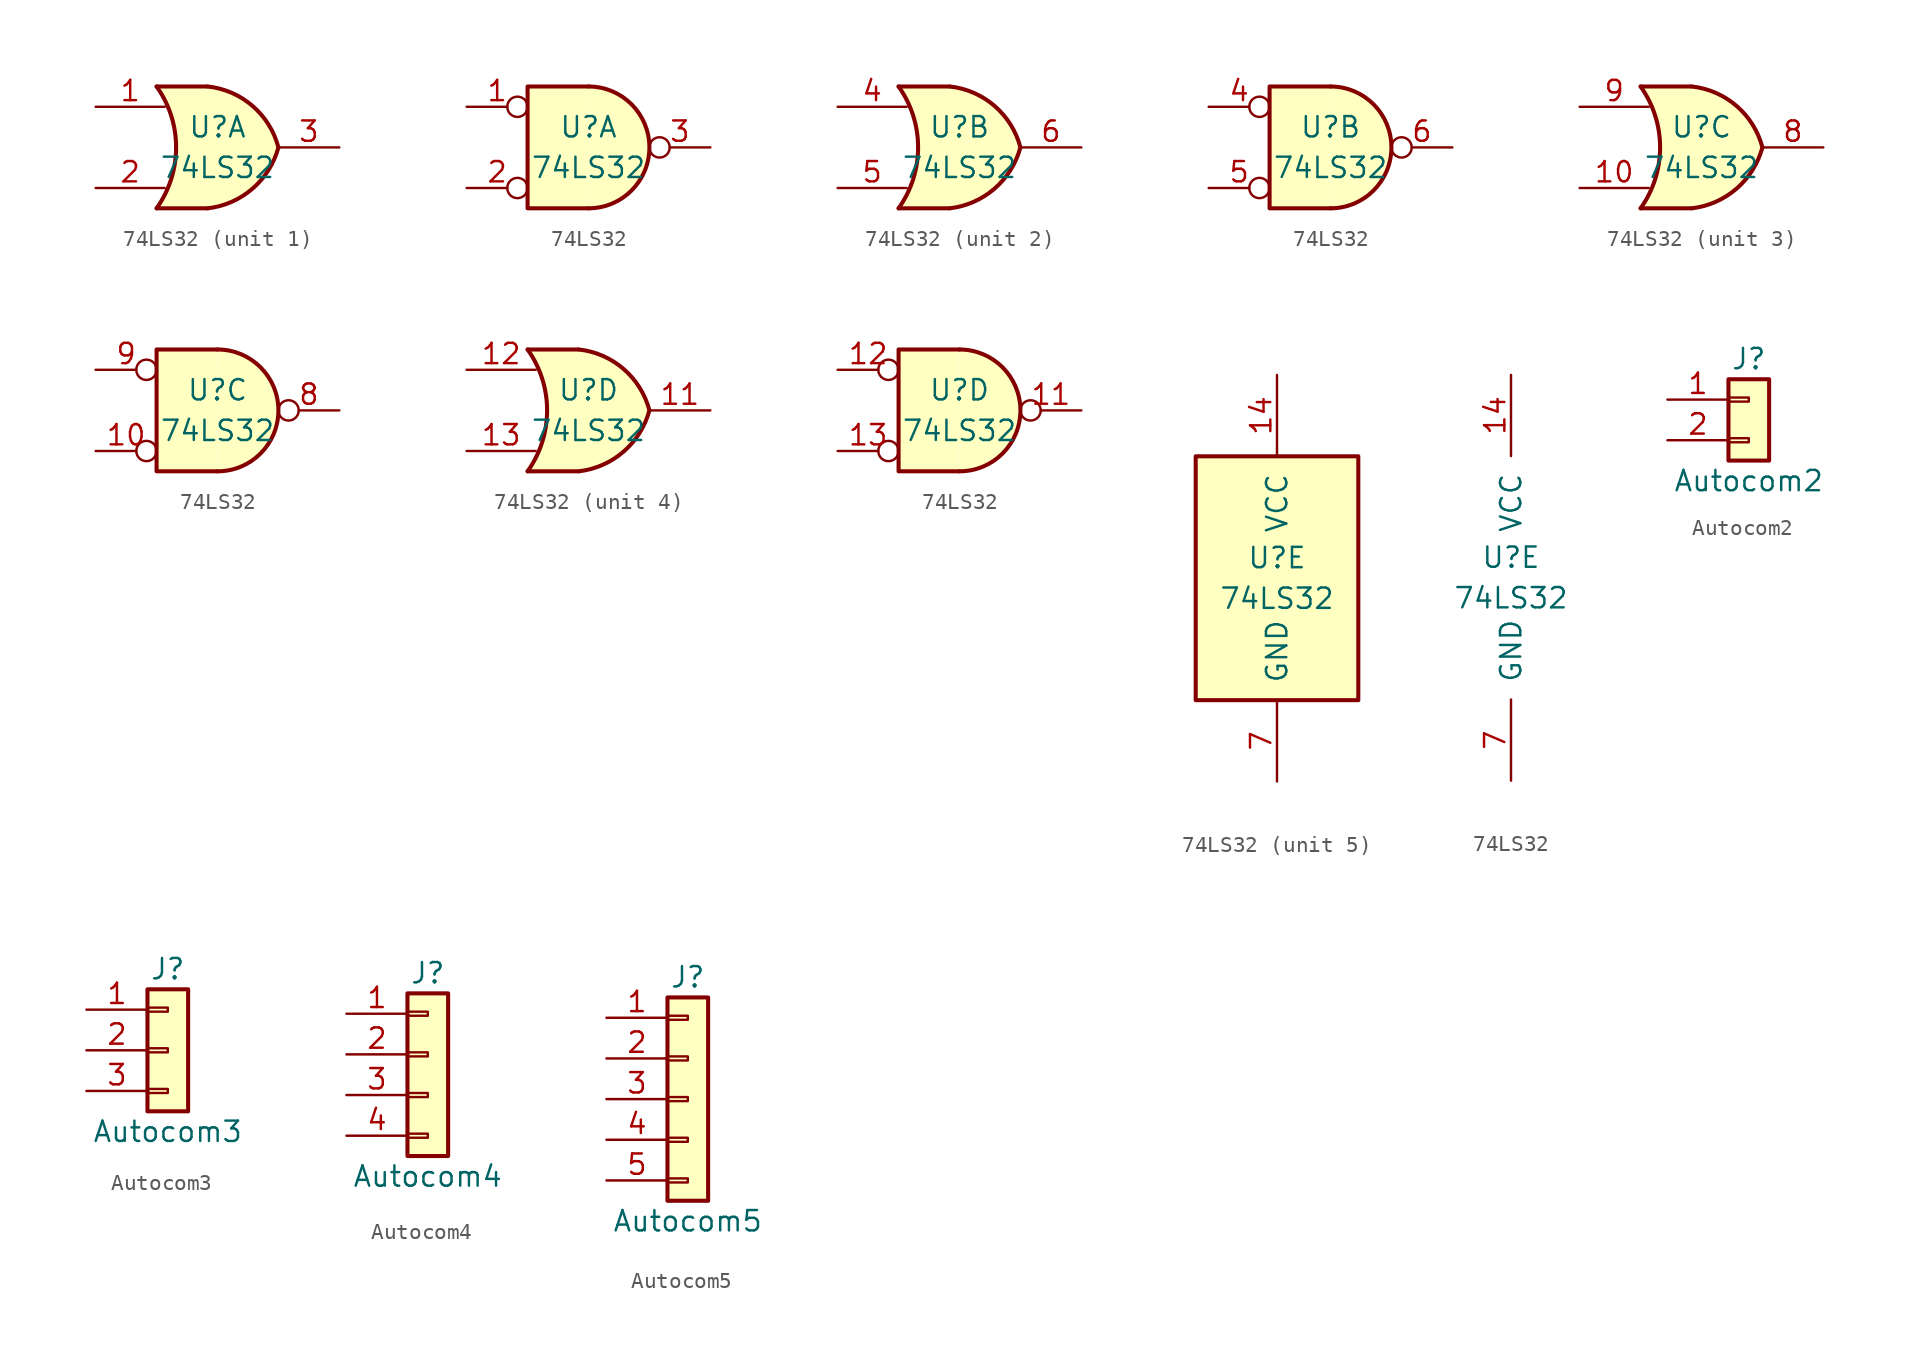
<source format=kicad_sym>
(kicad_symbol_lib
  (version 20211014)
  (generator kicad_symbol_editor)
  (symbol "74LS32"
    (pin_names
      (offset 1.016))
    (property "Reference" "U"
      (at 0 1.27 0)
      (effects (font (size 1.27 1.27))))
    (property "Value" "74LS32"
      (at 0 -1.27 0)
      (effects (font (size 1.27 1.27))))
    (property "ki_locked" ""
      (at 0 0 0)
      (effects (font (size 1.27 1.27))))
    (symbol "74LS32_1_1"
      (arc (start -3.81 -3.81) (mid -2.589 0) (end -3.81 3.81) (stroke (width 0.254) (type default) (color 0 0 0 0)) (fill (type none)))
      (arc (start -0.6096 -3.81) (mid 2.1855 -2.584) (end 3.81 0) (stroke (width 0.254) (type default) (color 0 0 0 0)) (fill (type background)))
      (polyline (pts (xy -3.81 -3.81) (xy -0.635 -3.81)) (stroke (width 0.254) (type default) (color 0 0 0 0)) (fill (type background)))
      (polyline (pts (xy -3.81 3.81) (xy -0.635 3.81)) (stroke (width 0.254) (type default) (color 0 0 0 0)) (fill (type background)))
      (polyline (pts (xy -0.635 3.81) (xy -3.81 3.81) (xy -3.81 3.81) (xy -3.556 3.404) (xy -3.023 2.261) (xy -2.692 1.041) (xy -2.616 -0.254) (xy -2.769 -1.499) (xy -3.175 -2.718) (xy -3.81 -3.81) (xy -3.81 -3.81) (xy -0.635 -3.81)) (stroke (width -25.4) (type default) (color 0 0 0 0)) (fill (type background)))
      (arc (start 3.81 0) (mid 2.1928 2.5925) (end -0.6096 3.81) (stroke (width 0.254) (type default) (color 0 0 0 0)) (fill (type background)))
      (pin input line (at -7.62 2.54 0) (length 4.318) (name "~" (effects (font (size 1.27 1.27)))) (number "1" (effects (font (size 1.27 1.27)))))
      (pin input line (at -7.62 -2.54 0) (length 4.318) (name "~" (effects (font (size 1.27 1.27)))) (number "2" (effects (font (size 1.27 1.27)))))
      (pin output line (at 7.62 0 180) (length 3.81) (name "~" (effects (font (size 1.27 1.27)))) (number "3" (effects (font (size 1.27 1.27))))))
    (symbol "74LS32_1_2"
      (arc (start 0 -3.81) (mid 3.81 0) (end 0 3.81) (stroke (width 0.254) (type default) (color 0 0 0 0)) (fill (type background)))
      (polyline (pts (xy 0 3.81) (xy -3.81 3.81) (xy -3.81 -3.81) (xy 0 -3.81)) (stroke (width 0.254) (type default) (color 0 0 0 0)) (fill (type background)))
      (pin input inverted (at -7.62 2.54 0) (length 3.81) (name "~" (effects (font (size 1.27 1.27)))) (number "1" (effects (font (size 1.27 1.27)))))
      (pin input inverted (at -7.62 -2.54 0) (length 3.81) (name "~" (effects (font (size 1.27 1.27)))) (number "2" (effects (font (size 1.27 1.27)))))
      (pin output inverted (at 7.62 0 180) (length 3.81) (name "~" (effects (font (size 1.27 1.27)))) (number "3" (effects (font (size 1.27 1.27))))))
    (symbol "74LS32_2_1"
      (arc (start -3.81 -3.81) (mid -2.589 0) (end -3.81 3.81) (stroke (width 0.254) (type default) (color 0 0 0 0)) (fill (type none)))
      (arc (start -0.6096 -3.81) (mid 2.1855 -2.584) (end 3.81 0) (stroke (width 0.254) (type default) (color 0 0 0 0)) (fill (type background)))
      (polyline (pts (xy -3.81 -3.81) (xy -0.635 -3.81)) (stroke (width 0.254) (type default) (color 0 0 0 0)) (fill (type background)))
      (polyline (pts (xy -3.81 3.81) (xy -0.635 3.81)) (stroke (width 0.254) (type default) (color 0 0 0 0)) (fill (type background)))
      (polyline (pts (xy -0.635 3.81) (xy -3.81 3.81) (xy -3.81 3.81) (xy -3.556 3.404) (xy -3.023 2.261) (xy -2.692 1.041) (xy -2.616 -0.254) (xy -2.769 -1.499) (xy -3.175 -2.718) (xy -3.81 -3.81) (xy -3.81 -3.81) (xy -0.635 -3.81)) (stroke (width -25.4) (type default) (color 0 0 0 0)) (fill (type background)))
      (arc (start 3.81 0) (mid 2.1928 2.5925) (end -0.6096 3.81) (stroke (width 0.254) (type default) (color 0 0 0 0)) (fill (type background)))
      (pin input line (at -7.62 2.54 0) (length 4.318) (name "~" (effects (font (size 1.27 1.27)))) (number "4" (effects (font (size 1.27 1.27)))))
      (pin input line (at -7.62 -2.54 0) (length 4.318) (name "~" (effects (font (size 1.27 1.27)))) (number "5" (effects (font (size 1.27 1.27)))))
      (pin output line (at 7.62 0 180) (length 3.81) (name "~" (effects (font (size 1.27 1.27)))) (number "6" (effects (font (size 1.27 1.27))))))
    (symbol "74LS32_2_2"
      (arc (start 0 -3.81) (mid 3.81 0) (end 0 3.81) (stroke (width 0.254) (type default) (color 0 0 0 0)) (fill (type background)))
      (polyline (pts (xy 0 3.81) (xy -3.81 3.81) (xy -3.81 -3.81) (xy 0 -3.81)) (stroke (width 0.254) (type default) (color 0 0 0 0)) (fill (type background)))
      (pin input inverted (at -7.62 2.54 0) (length 3.81) (name "~" (effects (font (size 1.27 1.27)))) (number "4" (effects (font (size 1.27 1.27)))))
      (pin input inverted (at -7.62 -2.54 0) (length 3.81) (name "~" (effects (font (size 1.27 1.27)))) (number "5" (effects (font (size 1.27 1.27)))))
      (pin output inverted (at 7.62 0 180) (length 3.81) (name "~" (effects (font (size 1.27 1.27)))) (number "6" (effects (font (size 1.27 1.27))))))
    (symbol "74LS32_3_1"
      (arc (start -3.81 -3.81) (mid -2.589 0) (end -3.81 3.81) (stroke (width 0.254) (type default) (color 0 0 0 0)) (fill (type none)))
      (arc (start -0.6096 -3.81) (mid 2.1855 -2.584) (end 3.81 0) (stroke (width 0.254) (type default) (color 0 0 0 0)) (fill (type background)))
      (polyline (pts (xy -3.81 -3.81) (xy -0.635 -3.81)) (stroke (width 0.254) (type default) (color 0 0 0 0)) (fill (type background)))
      (polyline (pts (xy -3.81 3.81) (xy -0.635 3.81)) (stroke (width 0.254) (type default) (color 0 0 0 0)) (fill (type background)))
      (polyline (pts (xy -0.635 3.81) (xy -3.81 3.81) (xy -3.81 3.81) (xy -3.556 3.404) (xy -3.023 2.261) (xy -2.692 1.041) (xy -2.616 -0.254) (xy -2.769 -1.499) (xy -3.175 -2.718) (xy -3.81 -3.81) (xy -3.81 -3.81) (xy -0.635 -3.81)) (stroke (width -25.4) (type default) (color 0 0 0 0)) (fill (type background)))
      (arc (start 3.81 0) (mid 2.1928 2.5925) (end -0.6096 3.81) (stroke (width 0.254) (type default) (color 0 0 0 0)) (fill (type background)))
      (pin input line (at -7.62 -2.54 0) (length 4.318) (name "~" (effects (font (size 1.27 1.27)))) (number "10" (effects (font (size 1.27 1.27)))))
      (pin output line (at 7.62 0 180) (length 3.81) (name "~" (effects (font (size 1.27 1.27)))) (number "8" (effects (font (size 1.27 1.27)))))
      (pin input line (at -7.62 2.54 0) (length 4.318) (name "~" (effects (font (size 1.27 1.27)))) (number "9" (effects (font (size 1.27 1.27))))))
    (symbol "74LS32_3_2"
      (arc (start 0 -3.81) (mid 3.81 0) (end 0 3.81) (stroke (width 0.254) (type default) (color 0 0 0 0)) (fill (type background)))
      (polyline (pts (xy 0 3.81) (xy -3.81 3.81) (xy -3.81 -3.81) (xy 0 -3.81)) (stroke (width 0.254) (type default) (color 0 0 0 0)) (fill (type background)))
      (pin input inverted (at -7.62 -2.54 0) (length 3.81) (name "~" (effects (font (size 1.27 1.27)))) (number "10" (effects (font (size 1.27 1.27)))))
      (pin output inverted (at 7.62 0 180) (length 3.81) (name "~" (effects (font (size 1.27 1.27)))) (number "8" (effects (font (size 1.27 1.27)))))
      (pin input inverted (at -7.62 2.54 0) (length 3.81) (name "~" (effects (font (size 1.27 1.27)))) (number "9" (effects (font (size 1.27 1.27))))))
    (symbol "74LS32_4_1"
      (arc (start -3.81 -3.81) (mid -2.589 0) (end -3.81 3.81) (stroke (width 0.254) (type default) (color 0 0 0 0)) (fill (type none)))
      (arc (start -0.6096 -3.81) (mid 2.1855 -2.584) (end 3.81 0) (stroke (width 0.254) (type default) (color 0 0 0 0)) (fill (type background)))
      (polyline (pts (xy -3.81 -3.81) (xy -0.635 -3.81)) (stroke (width 0.254) (type default) (color 0 0 0 0)) (fill (type background)))
      (polyline (pts (xy -3.81 3.81) (xy -0.635 3.81)) (stroke (width 0.254) (type default) (color 0 0 0 0)) (fill (type background)))
      (polyline (pts (xy -0.635 3.81) (xy -3.81 3.81) (xy -3.81 3.81) (xy -3.556 3.404) (xy -3.023 2.261) (xy -2.692 1.041) (xy -2.616 -0.254) (xy -2.769 -1.499) (xy -3.175 -2.718) (xy -3.81 -3.81) (xy -3.81 -3.81) (xy -0.635 -3.81)) (stroke (width -25.4) (type default) (color 0 0 0 0)) (fill (type background)))
      (arc (start 3.81 0) (mid 2.1928 2.5925) (end -0.6096 3.81) (stroke (width 0.254) (type default) (color 0 0 0 0)) (fill (type background)))
      (pin output line (at 7.62 0 180) (length 3.81) (name "~" (effects (font (size 1.27 1.27)))) (number "11" (effects (font (size 1.27 1.27)))))
      (pin input line (at -7.62 2.54 0) (length 4.318) (name "~" (effects (font (size 1.27 1.27)))) (number "12" (effects (font (size 1.27 1.27)))))
      (pin input line (at -7.62 -2.54 0) (length 4.318) (name "~" (effects (font (size 1.27 1.27)))) (number "13" (effects (font (size 1.27 1.27))))))
    (symbol "74LS32_4_2"
      (arc (start 0 -3.81) (mid 3.81 0) (end 0 3.81) (stroke (width 0.254) (type default) (color 0 0 0 0)) (fill (type background)))
      (polyline (pts (xy 0 3.81) (xy -3.81 3.81) (xy -3.81 -3.81) (xy 0 -3.81)) (stroke (width 0.254) (type default) (color 0 0 0 0)) (fill (type background)))
      (pin output inverted (at 7.62 0 180) (length 3.81) (name "~" (effects (font (size 1.27 1.27)))) (number "11" (effects (font (size 1.27 1.27)))))
      (pin input inverted (at -7.62 2.54 0) (length 3.81) (name "~" (effects (font (size 1.27 1.27)))) (number "12" (effects (font (size 1.27 1.27)))))
      (pin input inverted (at -7.62 -2.54 0) (length 3.81) (name "~" (effects (font (size 1.27 1.27)))) (number "13" (effects (font (size 1.27 1.27))))))
    (symbol "74LS32_5_0"
      (pin power_in line (at 0 12.7 270) (length 5.08) (name "VCC" (effects (font (size 1.27 1.27)))) (number "14" (effects (font (size 1.27 1.27)))))
      (pin power_in line (at 0 -12.7 90) (length 5.08) (name "GND" (effects (font (size 1.27 1.27)))) (number "7" (effects (font (size 1.27 1.27))))))
    (symbol "74LS32_5_1"
      (rectangle (start -5.08 7.62) (end 5.08 -7.62) (stroke (width 0.254) (type default) (color 0 0 0 0)) (fill (type background)))))
  (symbol "Autocom2"
    (pin_names
      (offset 1.016) hide)
    (property "Reference" "J"
      (at 0 2.54 0)
      (effects (font (size 1.27 1.27))))
    (property "Value" "Autocom2"
      (at 0 -5.08 0)
      (effects (font (size 1.27 1.27))))
    (symbol "Autocom2_1_1"
      (rectangle (start -1.27 -2.413) (end 0 -2.667) (stroke (width 0.152) (type default) (color 0 0 0 0)) (fill (type none)))
      (rectangle (start -1.27 0.127) (end 0 -0.127) (stroke (width 0.152) (type default) (color 0 0 0 0)) (fill (type none)))
      (rectangle (start -1.27 1.27) (end 1.27 -3.81) (stroke (width 0.254) (type default) (color 0 0 0 0)) (fill (type background)))
      (pin passive line (at -5.08 0 0) (length 3.81) (name "Pin_1" (effects (font (size 1.27 1.27)))) (number "1" (effects (font (size 1.27 1.27)))))
      (pin passive line (at -5.08 -2.54 0) (length 3.81) (name "Pin_2" (effects (font (size 1.27 1.27)))) (number "2" (effects (font (size 1.27 1.27)))))))
  (symbol "Autocom3"
    (pin_names
      (offset 1.016) hide)
    (property "Reference" "J"
      (at 0 5.08 0)
      (effects (font (size 1.27 1.27))))
    (property "Value" "Autocom3"
      (at 0 -5.08 0)
      (effects (font (size 1.27 1.27))))
    (symbol "Autocom3_1_1"
      (rectangle (start -1.27 -2.413) (end 0 -2.667) (stroke (width 0.152) (type default) (color 0 0 0 0)) (fill (type none)))
      (rectangle (start -1.27 0.127) (end 0 -0.127) (stroke (width 0.152) (type default) (color 0 0 0 0)) (fill (type none)))
      (rectangle (start -1.27 2.667) (end 0 2.413) (stroke (width 0.152) (type default) (color 0 0 0 0)) (fill (type none)))
      (rectangle (start -1.27 3.81) (end 1.27 -3.81) (stroke (width 0.254) (type default) (color 0 0 0 0)) (fill (type background)))
      (pin passive line (at -5.08 2.54 0) (length 3.81) (name "Pin_1" (effects (font (size 1.27 1.27)))) (number "1" (effects (font (size 1.27 1.27)))))
      (pin passive line (at -5.08 0 0) (length 3.81) (name "Pin_2" (effects (font (size 1.27 1.27)))) (number "2" (effects (font (size 1.27 1.27)))))
      (pin passive line (at -5.08 -2.54 0) (length 3.81) (name "Pin_3" (effects (font (size 1.27 1.27)))) (number "3" (effects (font (size 1.27 1.27)))))))
  (symbol "Autocom4"
    (pin_names
      (offset 1.016) hide)
    (property "Reference" "J"
      (at 0 5.08 0)
      (effects (font (size 1.27 1.27))))
    (property "Value" "Autocom4"
      (at 0 -7.62 0)
      (effects (font (size 1.27 1.27))))
    (symbol "Autocom4_1_1"
      (rectangle (start -1.27 -4.953) (end 0 -5.207) (stroke (width 0.152) (type default) (color 0 0 0 0)) (fill (type none)))
      (rectangle (start -1.27 -2.413) (end 0 -2.667) (stroke (width 0.152) (type default) (color 0 0 0 0)) (fill (type none)))
      (rectangle (start -1.27 0.127) (end 0 -0.127) (stroke (width 0.152) (type default) (color 0 0 0 0)) (fill (type none)))
      (rectangle (start -1.27 2.667) (end 0 2.413) (stroke (width 0.152) (type default) (color 0 0 0 0)) (fill (type none)))
      (rectangle (start -1.27 3.81) (end 1.27 -6.35) (stroke (width 0.254) (type default) (color 0 0 0 0)) (fill (type background)))
      (pin passive line (at -5.08 2.54 0) (length 3.81) (name "Pin_1" (effects (font (size 1.27 1.27)))) (number "1" (effects (font (size 1.27 1.27)))))
      (pin passive line (at -5.08 0 0) (length 3.81) (name "Pin_2" (effects (font (size 1.27 1.27)))) (number "2" (effects (font (size 1.27 1.27)))))
      (pin passive line (at -5.08 -2.54 0) (length 3.81) (name "Pin_3" (effects (font (size 1.27 1.27)))) (number "3" (effects (font (size 1.27 1.27)))))
      (pin passive line (at -5.08 -5.08 0) (length 3.81) (name "Pin_4" (effects (font (size 1.27 1.27)))) (number "4" (effects (font (size 1.27 1.27)))))))
  (symbol "Autocom5"
    (pin_names
      (offset 1.016) hide)
    (property "Reference" "J"
      (at 0 7.62 0)
      (effects (font (size 1.27 1.27))))
    (property "Value" "Autocom5"
      (at 0 -7.62 0)
      (effects (font (size 1.27 1.27))))
    (symbol "Autocom5_1_1"
      (rectangle (start -1.27 -4.953) (end 0 -5.207) (stroke (width 0.152) (type default) (color 0 0 0 0)) (fill (type none)))
      (rectangle (start -1.27 -2.413) (end 0 -2.667) (stroke (width 0.152) (type default) (color 0 0 0 0)) (fill (type none)))
      (rectangle (start -1.27 0.127) (end 0 -0.127) (stroke (width 0.152) (type default) (color 0 0 0 0)) (fill (type none)))
      (rectangle (start -1.27 2.667) (end 0 2.413) (stroke (width 0.152) (type default) (color 0 0 0 0)) (fill (type none)))
      (rectangle (start -1.27 5.207) (end 0 4.953) (stroke (width 0.152) (type default) (color 0 0 0 0)) (fill (type none)))
      (rectangle (start -1.27 6.35) (end 1.27 -6.35) (stroke (width 0.254) (type default) (color 0 0 0 0)) (fill (type background)))
      (pin passive line (at -5.08 5.08 0) (length 3.81) (name "Pin_1" (effects (font (size 1.27 1.27)))) (number "1" (effects (font (size 1.27 1.27)))))
      (pin passive line (at -5.08 2.54 0) (length 3.81) (name "Pin_2" (effects (font (size 1.27 1.27)))) (number "2" (effects (font (size 1.27 1.27)))))
      (pin passive line (at -5.08 0 0) (length 3.81) (name "Pin_3" (effects (font (size 1.27 1.27)))) (number "3" (effects (font (size 1.27 1.27)))))
      (pin passive line (at -5.08 -2.54 0) (length 3.81) (name "Pin_4" (effects (font (size 1.27 1.27)))) (number "4" (effects (font (size 1.27 1.27)))))
      (pin passive line (at -5.08 -5.08 0) (length 3.81) (name "Pin_5" (effects (font (size 1.27 1.27)))) (number "5" (effects (font (size 1.27 1.27))))))))
</source>
